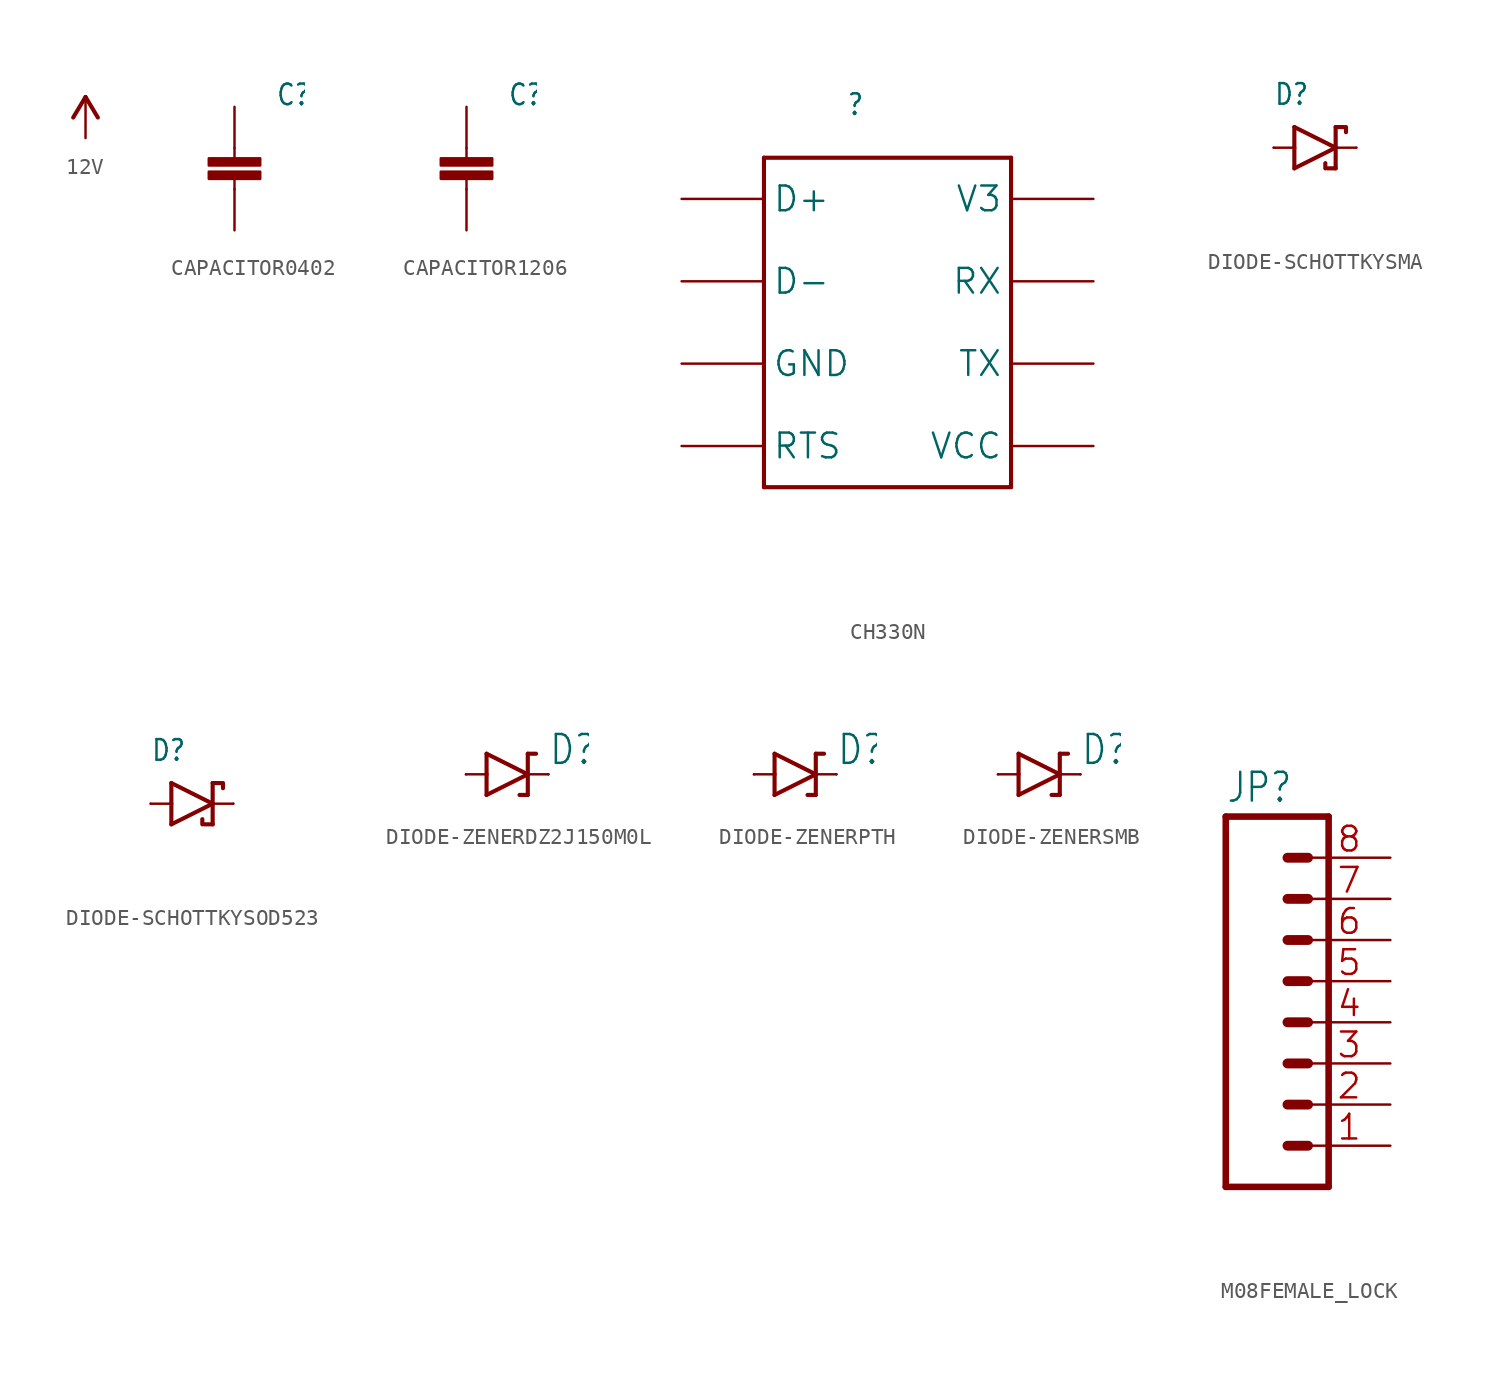
<source format=kicad_sym>
(kicad_symbol_lib
  (version 20241209)
  (generator "kicad_symbol_editor")
  (generator_version "9.0")
  (symbol "12V"
    (power)
    (property "Reference" "#SUPPLY"
      (at 0 0 0)
      (effects (font (size 1.27 1.27)) (hide yes)))
    (property "Value" ""
      (at -1.016 3.556 0)
      (effects (font (size 1.778 1.511)) (justify left bottom)))
    (property "ki_locked" ""
      (at 0 0 0)
      (effects (font (size 1.27 1.27))))
    (symbol "12V_1_0"
      (polyline (pts (xy 0 2.54) (xy -0.762 1.27)) (stroke (width 0.254) (type solid)) (fill (type none)))
      (polyline (pts (xy 0.762 1.27) (xy 0 2.54)) (stroke (width 0.254) (type solid)) (fill (type none)))
      (pin power_in line (at 0 0 90) (length 2.54) (name "12V" (effects (font (size 0 0)))) (number "1" (effects (font (size 0 0)))))))
  (symbol "CAPACITOR0402"
    (property "Reference" "C"
      (at 2.54 2.54 0)
      (effects (font (size 1.27 1.079)) (justify left bottom)))
    (property "Value" ""
      (at 2.54 0 0)
      (effects (font (size 1.27 1.079)) (justify left bottom)))
    (property "ki_locked" ""
      (at 0 0 0)
      (effects (font (size 1.27 1.27))))
    (symbol "CAPACITOR0402_1_0"
      (rectangle (start -1.587 -1.079) (end 1.587 -0.635) (stroke (width 0) (type default)) (fill (type outline)))
      (rectangle (start -1.587 -1.905) (end 1.587 -1.46) (stroke (width 0) (type default)) (fill (type outline)))
      (polyline (pts (xy 0 0) (xy 0 -0.635)) (stroke (width 0.152) (type solid)) (fill (type none)))
      (polyline (pts (xy 0 -2.54) (xy 0 -1.905)) (stroke (width 0.152) (type solid)) (fill (type none)))
      (pin passive line (at 0 2.54 270) (length 2.54) (name "1" (effects (font (size 0 0)))) (number "P$1" (effects (font (size 0 0)))))
      (pin passive line (at 0 -5.08 90) (length 2.54) (name "2" (effects (font (size 0 0)))) (number "P$2" (effects (font (size 0 0)))))))
  (symbol "CAPACITOR1206"
    (property "Reference" "C"
      (at 2.54 2.54 0)
      (effects (font (size 1.27 1.079)) (justify left bottom)))
    (property "Value" ""
      (at 2.54 0 0)
      (effects (font (size 1.27 1.079)) (justify left bottom)))
    (property "ki_locked" ""
      (at 0 0 0)
      (effects (font (size 1.27 1.27))))
    (symbol "CAPACITOR1206_1_0"
      (rectangle (start -1.587 -1.079) (end 1.587 -0.635) (stroke (width 0) (type default)) (fill (type outline)))
      (rectangle (start -1.587 -1.905) (end 1.587 -1.46) (stroke (width 0) (type default)) (fill (type outline)))
      (polyline (pts (xy 0 0) (xy 0 -0.635)) (stroke (width 0.152) (type solid)) (fill (type none)))
      (polyline (pts (xy 0 -2.54) (xy 0 -1.905)) (stroke (width 0.152) (type solid)) (fill (type none)))
      (pin passive line (at 0 2.54 270) (length 2.54) (name "1" (effects (font (size 0 0)))) (number "P$1" (effects (font (size 0 0)))))
      (pin passive line (at 0 -5.08 90) (length 2.54) (name "2" (effects (font (size 0 0)))) (number "P$2" (effects (font (size 0 0)))))))
  (symbol "CH330N"
    (property "Reference" ""
      (at -2.54 12.7 0)
      (effects (font (size 1.27 1.079)) (justify left bottom)))
    (property "Value" ""
      (at -2.54 -15.24 0)
      (effects (font (size 1.27 1.079)) (justify left bottom)))
    (property "ki_locked" ""
      (at 0 0 0)
      (effects (font (size 1.27 1.27))))
    (symbol "CH330N_1_0"
      (polyline (pts (xy -7.62 10.16) (xy 7.62 10.16)) (stroke (width 0.254) (type solid)) (fill (type none)))
      (polyline (pts (xy -7.62 -10.16) (xy -7.62 10.16)) (stroke (width 0.254) (type solid)) (fill (type none)))
      (polyline (pts (xy 7.62 10.16) (xy 7.62 -10.16)) (stroke (width 0.254) (type solid)) (fill (type none)))
      (polyline (pts (xy 7.62 -10.16) (xy -7.62 -10.16)) (stroke (width 0.254) (type solid)) (fill (type none)))
      (pin bidirectional line (at -12.7 7.62 0) (length 5.08) (name "D+" (effects (font (size 1.524 1.524)))) (number "1" (effects (font (size 0 0)))))
      (pin bidirectional line (at -12.7 2.54 0) (length 5.08) (name "D-" (effects (font (size 1.524 1.524)))) (number "2" (effects (font (size 0 0)))))
      (pin bidirectional line (at -12.7 -2.54 0) (length 5.08) (name "GND" (effects (font (size 1.524 1.524)))) (number "3" (effects (font (size 0 0)))))
      (pin bidirectional line (at -12.7 -7.62 0) (length 5.08) (name "RTS" (effects (font (size 1.524 1.524)))) (number "4" (effects (font (size 0 0)))))
      (pin bidirectional line (at 12.7 7.62 180) (length 5.08) (name "V3" (effects (font (size 1.524 1.524)))) (number "8" (effects (font (size 0 0)))))
      (pin bidirectional line (at 12.7 2.54 180) (length 5.08) (name "RX" (effects (font (size 1.524 1.524)))) (number "7" (effects (font (size 0 0)))))
      (pin bidirectional line (at 12.7 -2.54 180) (length 5.08) (name "TX" (effects (font (size 1.524 1.524)))) (number "6" (effects (font (size 0 0)))))
      (pin bidirectional line (at 12.7 -7.62 180) (length 5.08) (name "VCC" (effects (font (size 1.524 1.524)))) (number "5" (effects (font (size 0 0)))))))
  (symbol "DIODE-SCHOTTKYSMA"
    (property "Reference" "D"
      (at -2.54 2.54 0)
      (effects (font (size 1.27 1.079)) (justify left bottom)))
    (property "Value" ""
      (at -2.54 -5.08 0)
      (effects (font (size 1.27 1.079)) (justify left bottom)))
    (property "ki_locked" ""
      (at 0 0 0)
      (effects (font (size 1.27 1.27))))
    (symbol "DIODE-SCHOTTKYSMA_1_0"
      (polyline (pts (xy -1.27 1.27) (xy -1.27 0)) (stroke (width 0.254) (type solid)) (fill (type none)))
      (polyline (pts (xy -1.27 1.27) (xy 1.27 0)) (stroke (width 0.254) (type solid)) (fill (type none)))
      (polyline (pts (xy -1.27 0) (xy -2.54 0)) (stroke (width 0.152) (type solid)) (fill (type none)))
      (polyline (pts (xy -1.27 0) (xy -1.27 -1.27)) (stroke (width 0.254) (type solid)) (fill (type none)))
      (polyline (pts (xy -1.27 -1.27) (xy 1.27 0)) (stroke (width 0.254) (type solid)) (fill (type none)))
      (polyline (pts (xy 0.635 -1.27) (xy 0.635 -0.953)) (stroke (width 0.254) (type solid)) (fill (type none)))
      (polyline (pts (xy 1.27 1.27) (xy 1.27 0)) (stroke (width 0.254) (type solid)) (fill (type none)))
      (polyline (pts (xy 1.27 1.27) (xy 1.778 1.27)) (stroke (width 0.254) (type solid)) (fill (type none)))
      (polyline (pts (xy 1.27 0) (xy 1.27 -1.27)) (stroke (width 0.254) (type solid)) (fill (type none)))
      (polyline (pts (xy 1.27 0) (xy 2.54 0)) (stroke (width 0.152) (type solid)) (fill (type none)))
      (polyline (pts (xy 1.27 -1.27) (xy 0.762 -1.27)) (stroke (width 0.254) (type solid)) (fill (type none)))
      (polyline (pts (xy 1.905 1.27) (xy 1.905 0.953)) (stroke (width 0.254) (type solid)) (fill (type none)))
      (pin passive line (at -2.54 0 0) (length 0) (name "A" (effects (font (size 0 0)))) (number "A" (effects (font (size 0 0)))))
      (pin passive line (at 2.54 0 180) (length 0) (name "C" (effects (font (size 0 0)))) (number "C" (effects (font (size 0 0)))))))
  (symbol "DIODE-SCHOTTKYSOD523"
    (property "Reference" "D"
      (at -2.54 2.54 0)
      (effects (font (size 1.27 1.079)) (justify left bottom)))
    (property "Value" ""
      (at -2.54 -5.08 0)
      (effects (font (size 1.27 1.079)) (justify left bottom)))
    (property "ki_locked" ""
      (at 0 0 0)
      (effects (font (size 1.27 1.27))))
    (symbol "DIODE-SCHOTTKYSOD523_1_0"
      (polyline (pts (xy -1.27 1.27) (xy -1.27 0)) (stroke (width 0.254) (type solid)) (fill (type none)))
      (polyline (pts (xy -1.27 1.27) (xy 1.27 0)) (stroke (width 0.254) (type solid)) (fill (type none)))
      (polyline (pts (xy -1.27 0) (xy -2.54 0)) (stroke (width 0.152) (type solid)) (fill (type none)))
      (polyline (pts (xy -1.27 0) (xy -1.27 -1.27)) (stroke (width 0.254) (type solid)) (fill (type none)))
      (polyline (pts (xy -1.27 -1.27) (xy 1.27 0)) (stroke (width 0.254) (type solid)) (fill (type none)))
      (polyline (pts (xy 0.635 -1.27) (xy 0.635 -0.953)) (stroke (width 0.254) (type solid)) (fill (type none)))
      (polyline (pts (xy 1.27 1.27) (xy 1.27 0)) (stroke (width 0.254) (type solid)) (fill (type none)))
      (polyline (pts (xy 1.27 1.27) (xy 1.778 1.27)) (stroke (width 0.254) (type solid)) (fill (type none)))
      (polyline (pts (xy 1.27 0) (xy 1.27 -1.27)) (stroke (width 0.254) (type solid)) (fill (type none)))
      (polyline (pts (xy 1.27 0) (xy 2.54 0)) (stroke (width 0.152) (type solid)) (fill (type none)))
      (polyline (pts (xy 1.27 -1.27) (xy 0.762 -1.27)) (stroke (width 0.254) (type solid)) (fill (type none)))
      (polyline (pts (xy 1.905 1.27) (xy 1.905 0.953)) (stroke (width 0.254) (type solid)) (fill (type none)))
      (pin passive line (at -2.54 0 0) (length 0) (name "A" (effects (font (size 0 0)))) (number "A" (effects (font (size 0 0)))))
      (pin passive line (at 2.54 0 180) (length 0) (name "C" (effects (font (size 0 0)))) (number "C" (effects (font (size 0 0)))))))
  (symbol "DIODE-ZENERDZ2J150M0L"
    (property "Reference" "D"
      (at 2.54 0.483 0)
      (effects (font (size 1.778 1.511)) (justify left bottom)))
    (property "Value" ""
      (at 2.54 -2.311 0)
      (effects (font (size 1.778 1.511)) (justify left bottom)))
    (property "ki_locked" ""
      (at 0 0 0)
      (effects (font (size 1.27 1.27))))
    (symbol "DIODE-ZENERDZ2J150M0L_1_0"
      (polyline (pts (xy -2.54 0) (xy -1.27 0)) (stroke (width 0.152) (type solid)) (fill (type none)))
      (polyline (pts (xy -1.27 1.27) (xy -1.27 0)) (stroke (width 0.254) (type solid)) (fill (type none)))
      (polyline (pts (xy -1.27 0) (xy -1.27 -1.27)) (stroke (width 0.254) (type solid)) (fill (type none)))
      (polyline (pts (xy -1.27 -1.27) (xy 1.27 0)) (stroke (width 0.254) (type solid)) (fill (type none)))
      (polyline (pts (xy 1.27 1.27) (xy 1.27 0)) (stroke (width 0.254) (type solid)) (fill (type none)))
      (polyline (pts (xy 1.27 1.27) (xy 1.778 1.27)) (stroke (width 0.254) (type solid)) (fill (type none)))
      (polyline (pts (xy 1.27 0) (xy -1.27 1.27)) (stroke (width 0.254) (type solid)) (fill (type none)))
      (polyline (pts (xy 1.27 0) (xy 1.27 -1.27)) (stroke (width 0.254) (type solid)) (fill (type none)))
      (polyline (pts (xy 1.27 -1.27) (xy 0.762 -1.27)) (stroke (width 0.254) (type solid)) (fill (type none)))
      (polyline (pts (xy 2.54 0) (xy 1.27 0)) (stroke (width 0.152) (type solid)) (fill (type none)))
      (pin passive line (at -2.54 0 0) (length 0) (name "A" (effects (font (size 0 0)))) (number "A" (effects (font (size 0 0)))))
      (pin passive line (at 2.54 0 180) (length 0) (name "C" (effects (font (size 0 0)))) (number "C" (effects (font (size 0 0)))))))
  (symbol "DIODE-ZENERPTH"
    (property "Reference" "D"
      (at 2.54 0.483 0)
      (effects (font (size 1.778 1.511)) (justify left bottom)))
    (property "Value" ""
      (at 2.54 -2.311 0)
      (effects (font (size 1.778 1.511)) (justify left bottom)))
    (property "ki_locked" ""
      (at 0 0 0)
      (effects (font (size 1.27 1.27))))
    (symbol "DIODE-ZENERPTH_1_0"
      (polyline (pts (xy -2.54 0) (xy -1.27 0)) (stroke (width 0.152) (type solid)) (fill (type none)))
      (polyline (pts (xy -1.27 1.27) (xy -1.27 0)) (stroke (width 0.254) (type solid)) (fill (type none)))
      (polyline (pts (xy -1.27 0) (xy -1.27 -1.27)) (stroke (width 0.254) (type solid)) (fill (type none)))
      (polyline (pts (xy -1.27 -1.27) (xy 1.27 0)) (stroke (width 0.254) (type solid)) (fill (type none)))
      (polyline (pts (xy 1.27 1.27) (xy 1.27 0)) (stroke (width 0.254) (type solid)) (fill (type none)))
      (polyline (pts (xy 1.27 1.27) (xy 1.778 1.27)) (stroke (width 0.254) (type solid)) (fill (type none)))
      (polyline (pts (xy 1.27 0) (xy -1.27 1.27)) (stroke (width 0.254) (type solid)) (fill (type none)))
      (polyline (pts (xy 1.27 0) (xy 1.27 -1.27)) (stroke (width 0.254) (type solid)) (fill (type none)))
      (polyline (pts (xy 1.27 -1.27) (xy 0.762 -1.27)) (stroke (width 0.254) (type solid)) (fill (type none)))
      (polyline (pts (xy 2.54 0) (xy 1.27 0)) (stroke (width 0.152) (type solid)) (fill (type none)))
      (pin passive line (at -2.54 0 0) (length 0) (name "A" (effects (font (size 0 0)))) (number "P$2" (effects (font (size 0 0)))))
      (pin passive line (at 2.54 0 180) (length 0) (name "C" (effects (font (size 0 0)))) (number "P$1" (effects (font (size 0 0)))))))
  (symbol "DIODE-ZENERSMB"
    (property "Reference" "D"
      (at 2.54 0.483 0)
      (effects (font (size 1.778 1.511)) (justify left bottom)))
    (property "Value" ""
      (at 2.54 -2.311 0)
      (effects (font (size 1.778 1.511)) (justify left bottom)))
    (property "ki_locked" ""
      (at 0 0 0)
      (effects (font (size 1.27 1.27))))
    (symbol "DIODE-ZENERSMB_1_0"
      (polyline (pts (xy -2.54 0) (xy -1.27 0)) (stroke (width 0.152) (type solid)) (fill (type none)))
      (polyline (pts (xy -1.27 1.27) (xy -1.27 0)) (stroke (width 0.254) (type solid)) (fill (type none)))
      (polyline (pts (xy -1.27 0) (xy -1.27 -1.27)) (stroke (width 0.254) (type solid)) (fill (type none)))
      (polyline (pts (xy -1.27 -1.27) (xy 1.27 0)) (stroke (width 0.254) (type solid)) (fill (type none)))
      (polyline (pts (xy 1.27 1.27) (xy 1.27 0)) (stroke (width 0.254) (type solid)) (fill (type none)))
      (polyline (pts (xy 1.27 1.27) (xy 1.778 1.27)) (stroke (width 0.254) (type solid)) (fill (type none)))
      (polyline (pts (xy 1.27 0) (xy -1.27 1.27)) (stroke (width 0.254) (type solid)) (fill (type none)))
      (polyline (pts (xy 1.27 0) (xy 1.27 -1.27)) (stroke (width 0.254) (type solid)) (fill (type none)))
      (polyline (pts (xy 1.27 -1.27) (xy 0.762 -1.27)) (stroke (width 0.254) (type solid)) (fill (type none)))
      (polyline (pts (xy 2.54 0) (xy 1.27 0)) (stroke (width 0.152) (type solid)) (fill (type none)))
      (pin passive line (at -2.54 0 0) (length 0) (name "A" (effects (font (size 0 0)))) (number "A" (effects (font (size 0 0)))))
      (pin passive line (at 2.54 0 180) (length 0) (name "C" (effects (font (size 0 0)))) (number "C" (effects (font (size 0 0)))))))
  (symbol "M08FEMALE_LOCK"
    (property "Reference" "JP"
      (at -5.08 13.462 0)
      (effects (font (size 1.778 1.511)) (justify left bottom)))
    (property "Value" ""
      (at -5.08 -12.7 0)
      (effects (font (size 1.778 1.511)) (justify left bottom)))
    (property "ki_locked" ""
      (at 0 0 0)
      (effects (font (size 1.27 1.27))))
    (symbol "M08FEMALE_LOCK_1_0"
      (polyline (pts (xy -5.08 12.7) (xy -5.08 -10.16)) (stroke (width 0.406) (type solid)) (fill (type none)))
      (polyline (pts (xy -5.08 12.7) (xy 1.27 12.7)) (stroke (width 0.406) (type solid)) (fill (type none)))
      (polyline (pts (xy -1.27 10.16) (xy 0 10.16)) (stroke (width 0.61) (type solid)) (fill (type none)))
      (polyline (pts (xy -1.27 7.62) (xy 0 7.62)) (stroke (width 0.61) (type solid)) (fill (type none)))
      (polyline (pts (xy -1.27 5.08) (xy 0 5.08)) (stroke (width 0.61) (type solid)) (fill (type none)))
      (polyline (pts (xy -1.27 2.54) (xy 0 2.54)) (stroke (width 0.61) (type solid)) (fill (type none)))
      (polyline (pts (xy -1.27 0) (xy 0 0)) (stroke (width 0.61) (type solid)) (fill (type none)))
      (polyline (pts (xy -1.27 -2.54) (xy 0 -2.54)) (stroke (width 0.61) (type solid)) (fill (type none)))
      (polyline (pts (xy -1.27 -5.08) (xy 0 -5.08)) (stroke (width 0.61) (type solid)) (fill (type none)))
      (polyline (pts (xy -1.27 -7.62) (xy 0 -7.62)) (stroke (width 0.61) (type solid)) (fill (type none)))
      (polyline (pts (xy 1.27 -10.16) (xy -5.08 -10.16)) (stroke (width 0.406) (type solid)) (fill (type none)))
      (polyline (pts (xy 1.27 -10.16) (xy 1.27 12.7)) (stroke (width 0.406) (type solid)) (fill (type none)))
      (pin passive line (at 5.08 10.16 180) (length 5.08) (name "8" (effects (font (size 0 0)))) (number "8" (effects (font (size 1.524 1.524)))))
      (pin passive line (at 5.08 7.62 180) (length 5.08) (name "7" (effects (font (size 0 0)))) (number "7" (effects (font (size 1.524 1.524)))))
      (pin passive line (at 5.08 5.08 180) (length 5.08) (name "6" (effects (font (size 0 0)))) (number "6" (effects (font (size 1.524 1.524)))))
      (pin passive line (at 5.08 2.54 180) (length 5.08) (name "5" (effects (font (size 0 0)))) (number "5" (effects (font (size 1.524 1.524)))))
      (pin passive line (at 5.08 0 180) (length 5.08) (name "4" (effects (font (size 0 0)))) (number "4" (effects (font (size 1.524 1.524)))))
      (pin passive line (at 5.08 -2.54 180) (length 5.08) (name "3" (effects (font (size 0 0)))) (number "3" (effects (font (size 1.524 1.524)))))
      (pin passive line (at 5.08 -5.08 180) (length 5.08) (name "2" (effects (font (size 0 0)))) (number "2" (effects (font (size 1.524 1.524)))))
      (pin passive line (at 5.08 -7.62 180) (length 5.08) (name "1" (effects (font (size 0 0)))) (number "1" (effects (font (size 1.524 1.524))))))))
</source>
